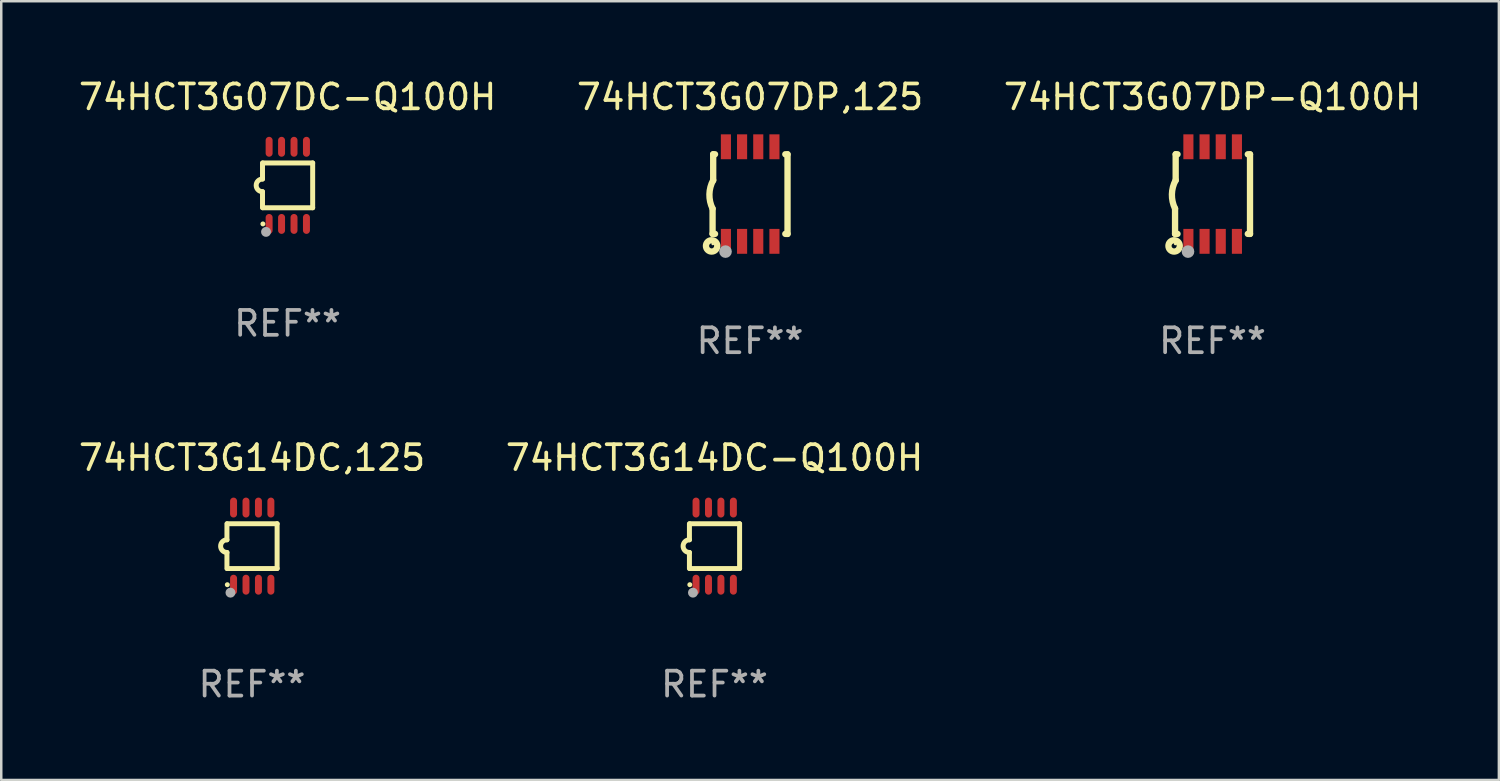
<source format=kicad_pcb>
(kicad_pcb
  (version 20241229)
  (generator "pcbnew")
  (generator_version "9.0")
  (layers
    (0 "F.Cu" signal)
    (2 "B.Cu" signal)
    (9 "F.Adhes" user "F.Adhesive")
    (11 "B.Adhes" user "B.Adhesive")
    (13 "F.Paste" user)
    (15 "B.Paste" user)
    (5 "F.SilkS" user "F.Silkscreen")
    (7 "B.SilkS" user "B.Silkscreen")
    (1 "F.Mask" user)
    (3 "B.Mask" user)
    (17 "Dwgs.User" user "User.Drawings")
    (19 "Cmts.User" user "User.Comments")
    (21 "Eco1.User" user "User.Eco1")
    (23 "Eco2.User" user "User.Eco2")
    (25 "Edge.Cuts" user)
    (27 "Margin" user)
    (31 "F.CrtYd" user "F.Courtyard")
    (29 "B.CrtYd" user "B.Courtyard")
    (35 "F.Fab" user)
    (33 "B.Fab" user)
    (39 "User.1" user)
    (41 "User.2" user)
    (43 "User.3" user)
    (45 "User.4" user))
  (footprint "74HCT3G14DC-Q100H"
    (layer "F.Cu")
    (at 25.661 18.895)
    (property "Reference" "74HCT3G14DC-Q100H" (at 0 -3.55 0) (layer "F.SilkS") (effects (font (size 1 1) (thickness 0.15))))
    (attr through_hole)
    (fp_line (start -1.008 -0.254) (end -1.008 -0.9) (stroke (width 0.2) (type solid)) (layer "F.SilkS"))
    (fp_line (start -1.008 0.254) (end -1.008 0.9) (stroke (width 0.2) (type solid)) (layer "F.SilkS"))
    (fp_line (start -0.992 0.9) (end 1.008 0.9) (stroke (width 0.2) (type solid)) (layer "F.SilkS"))
    (fp_line (start 1.008 -0.9) (end -0.992 -0.9) (stroke (width 0.2) (type solid)) (layer "F.SilkS"))
    (fp_line (start 1.008 0.9) (end 1.008 -0.9) (stroke (width 0.2) (type solid)) (layer "F.SilkS"))
    (fp_arc (start -1.008001 0.254001) (mid -1.262002 0) (end -1.008001 -0.254001) (stroke (width 0.2) (type solid)) (layer "F.SilkS"))
    (fp_circle (center -0.992 1.55) (end -0.942 1.55) (stroke (width 0.1) (type solid)) (fill no) (layer "F.SilkS"))
    (fp_circle (center -0.866 1.87) (end -0.766 1.87) (stroke (width 0.2) (type solid)) (fill no) (layer "F.Fab"))
    (fp_text user "REF**" (at 0 5.55 0) (layer "F.Fab") (effects (font (size 1 1) (thickness 0.15))))
    (pad "1" smd oval (at -0.742 1.55 270) (size 0.8 0.28) (layers "F.Cu" "F.Mask" "F.Paste"))
    (pad "2" smd oval (at -0.242 1.55 270) (size 0.8 0.28) (layers "F.Cu" "F.Mask" "F.Paste"))
    (pad "3" smd oval (at 0.258 1.55 270) (size 0.8 0.28) (layers "F.Cu" "F.Mask" "F.Paste"))
    (pad "4" smd oval (at 0.758 1.55 270) (size 0.8 0.28) (layers "F.Cu" "F.Mask" "F.Paste"))
    (pad "5" smd oval (at 0.758 -1.55 270) (size 0.8 0.28) (layers "F.Cu" "F.Mask" "F.Paste"))
    (pad "6" smd oval (at 0.258 -1.55 270) (size 0.8 0.28) (layers "F.Cu" "F.Mask" "F.Paste"))
    (pad "7" smd oval (at -0.242 -1.55 270) (size 0.8 0.28) (layers "F.Cu" "F.Mask" "F.Paste"))
    (pad "8" smd oval (at -0.742 -1.55 270) (size 0.8 0.28) (layers "F.Cu" "F.Mask" "F.Paste")))
  (footprint "74HCT3G07DC-Q100H"
    (layer "F.Cu")
    (at 8.506 4.398)
    (property "Reference" "74HCT3G07DC-Q100H" (at 0 -3.55 0) (layer "F.SilkS") (effects (font (size 1 1) (thickness 0.15))))
    (attr through_hole)
    (fp_line (start -1.008 -0.254) (end -1.008 -0.9) (stroke (width 0.2) (type solid)) (layer "F.SilkS"))
    (fp_line (start -1.008 0.254) (end -1.008 0.9) (stroke (width 0.2) (type solid)) (layer "F.SilkS"))
    (fp_line (start -0.992 0.9) (end 1.008 0.9) (stroke (width 0.2) (type solid)) (layer "F.SilkS"))
    (fp_line (start 1.008 -0.9) (end -0.992 -0.9) (stroke (width 0.2) (type solid)) (layer "F.SilkS"))
    (fp_line (start 1.008 0.9) (end 1.008 -0.9) (stroke (width 0.2) (type solid)) (layer "F.SilkS"))
    (fp_arc (start -1.008001 0.254001) (mid -1.262002 0) (end -1.008001 -0.254001) (stroke (width 0.2) (type solid)) (layer "F.SilkS"))
    (fp_circle (center -0.992 1.55) (end -0.942 1.55) (stroke (width 0.1) (type solid)) (fill no) (layer "F.SilkS"))
    (fp_circle (center -0.866 1.87) (end -0.766 1.87) (stroke (width 0.2) (type solid)) (fill no) (layer "F.Fab"))
    (fp_text user "REF**" (at 0 5.55 0) (layer "F.Fab") (effects (font (size 1 1) (thickness 0.15))))
    (pad "1" smd oval (at -0.742 1.55 270) (size 0.8 0.28) (layers "F.Cu" "F.Mask" "F.Paste"))
    (pad "2" smd oval (at -0.242 1.55 270) (size 0.8 0.28) (layers "F.Cu" "F.Mask" "F.Paste"))
    (pad "3" smd oval (at 0.258 1.55 270) (size 0.8 0.28) (layers "F.Cu" "F.Mask" "F.Paste"))
    (pad "4" smd oval (at 0.758 1.55 270) (size 0.8 0.28) (layers "F.Cu" "F.Mask" "F.Paste"))
    (pad "5" smd oval (at 0.758 -1.55 270) (size 0.8 0.28) (layers "F.Cu" "F.Mask" "F.Paste"))
    (pad "6" smd oval (at 0.258 -1.55 270) (size 0.8 0.28) (layers "F.Cu" "F.Mask" "F.Paste"))
    (pad "7" smd oval (at -0.242 -1.55 270) (size 0.8 0.28) (layers "F.Cu" "F.Mask" "F.Paste"))
    (pad "8" smd oval (at -0.742 -1.55 270) (size 0.8 0.28) (layers "F.Cu" "F.Mask" "F.Paste")))
  (footprint "74HCT3G07DP,125"
    (layer "F.Cu")
    (at 27.089 4.748)
    (property "Reference" "74HCT3G07DP,125" (at 0 -3.9 0) (layer "F.SilkS") (effects (font (size 1 1) (thickness 0.15))))
    (attr through_hole)
    (fp_line (start -1.506 1.6) (end -1.506 0.584) (stroke (width 0.254) (type solid)) (layer "F.SilkS"))
    (fp_line (start -1.506 1.6) (end -1.407 1.6) (stroke (width 0.254) (type solid)) (layer "F.SilkS"))
    (fp_line (start -1.481 -1.599) (end -1.481 -0.549) (stroke (width 0.254) (type solid)) (layer "F.SilkS"))
    (fp_line (start -1.481 -1.599) (end -1.407 -1.599) (stroke (width 0.254) (type solid)) (layer "F.SilkS"))
    (fp_line (start 1.417 -1.599) (end 1.506 -1.599) (stroke (width 0.254) (type solid)) (layer "F.SilkS"))
    (fp_line (start 1.417 1.6) (end 1.506 1.6) (stroke (width 0.254) (type solid)) (layer "F.SilkS"))
    (fp_line (start 1.506 1.603) (end 1.506 -1.595) (stroke (width 0.254) (type solid)) (layer "F.SilkS"))
    (fp_arc (start -1.506223 0.584328) (mid -1.632455 0.00974) (end -1.480823 -0.558674) (stroke (width 0.254001) (type solid)) (layer "F.SilkS"))
    (fp_circle (center -1.544 2.083) (end -1.443 2.083) (stroke (width 0.254) (type solid)) (fill no) (layer "F.SilkS"))
    (fp_circle (center -1.495 2) (end -1.465 2) (stroke (width 0.06) (type solid)) (fill no) (layer "F.SilkS"))
    (fp_circle (center -0.986 2.312) (end -0.859 2.312) (stroke (width 0.254) (type solid)) (fill no) (layer "F.Fab"))
    (fp_text user "REF**" (at 0 5.9 0) (layer "F.Fab") (effects (font (size 1 1) (thickness 0.15))))
    (pad "1" smd rect (at -0.97 1.9 90) (size 1 0.406) (layers "F.Cu" "F.Mask" "F.Paste"))
    (pad "2" smd rect (at -0.32 1.9 90) (size 1 0.406) (layers "F.Cu" "F.Mask" "F.Paste"))
    (pad "3" smd rect (at 0.33 1.9 90) (size 1 0.406) (layers "F.Cu" "F.Mask" "F.Paste"))
    (pad "4" smd rect (at 0.98 1.9 90) (size 1 0.406) (layers "F.Cu" "F.Mask" "F.Paste"))
    (pad "5" smd rect (at 0.98 -1.9 90) (size 1 0.406) (layers "F.Cu" "F.Mask" "F.Paste"))
    (pad "6" smd rect (at 0.33 -1.9 90) (size 1 0.406) (layers "F.Cu" "F.Mask" "F.Paste"))
    (pad "7" smd rect (at -0.32 -1.9 90) (size 1 0.406) (layers "F.Cu" "F.Mask" "F.Paste"))
    (pad "8" smd rect (at -0.97 -1.9 90) (size 1 0.406) (layers "F.Cu" "F.Mask" "F.Paste")))
  (footprint "74HCT3G14DC,125"
    (layer "F.Cu")
    (at 7.077 18.895)
    (property "Reference" "74HCT3G14DC,125" (at 0 -3.55 0) (layer "F.SilkS") (effects (font (size 1 1) (thickness 0.15))))
    (attr through_hole)
    (fp_line (start -1.008 -0.254) (end -1.008 -0.9) (stroke (width 0.2) (type solid)) (layer "F.SilkS"))
    (fp_line (start -1.008 0.254) (end -1.008 0.9) (stroke (width 0.2) (type solid)) (layer "F.SilkS"))
    (fp_line (start -0.992 0.9) (end 1.008 0.9) (stroke (width 0.2) (type solid)) (layer "F.SilkS"))
    (fp_line (start 1.008 -0.9) (end -0.992 -0.9) (stroke (width 0.2) (type solid)) (layer "F.SilkS"))
    (fp_line (start 1.008 0.9) (end 1.008 -0.9) (stroke (width 0.2) (type solid)) (layer "F.SilkS"))
    (fp_arc (start -1.008001 0.254001) (mid -1.262002 0) (end -1.008001 -0.254001) (stroke (width 0.2) (type solid)) (layer "F.SilkS"))
    (fp_circle (center -0.992 1.55) (end -0.942 1.55) (stroke (width 0.1) (type solid)) (fill no) (layer "F.SilkS"))
    (fp_circle (center -0.866 1.87) (end -0.766 1.87) (stroke (width 0.2) (type solid)) (fill no) (layer "F.Fab"))
    (fp_text user "REF**" (at 0 5.55 0) (layer "F.Fab") (effects (font (size 1 1) (thickness 0.15))))
    (pad "1" smd oval (at -0.742 1.55 270) (size 0.8 0.28) (layers "F.Cu" "F.Mask" "F.Paste"))
    (pad "2" smd oval (at -0.242 1.55 270) (size 0.8 0.28) (layers "F.Cu" "F.Mask" "F.Paste"))
    (pad "3" smd oval (at 0.258 1.55 270) (size 0.8 0.28) (layers "F.Cu" "F.Mask" "F.Paste"))
    (pad "4" smd oval (at 0.758 1.55 270) (size 0.8 0.28) (layers "F.Cu" "F.Mask" "F.Paste"))
    (pad "5" smd oval (at 0.758 -1.55 270) (size 0.8 0.28) (layers "F.Cu" "F.Mask" "F.Paste"))
    (pad "6" smd oval (at 0.258 -1.55 270) (size 0.8 0.28) (layers "F.Cu" "F.Mask" "F.Paste"))
    (pad "7" smd oval (at -0.242 -1.55 270) (size 0.8 0.28) (layers "F.Cu" "F.Mask" "F.Paste"))
    (pad "8" smd oval (at -0.742 -1.55 270) (size 0.8 0.28) (layers "F.Cu" "F.Mask" "F.Paste")))
  (footprint "74HCT3G07DP-Q100H"
    (layer "F.Cu")
    (at 45.673 4.748)
    (property "Reference" "74HCT3G07DP-Q100H" (at 0 -3.9 0) (layer "F.SilkS") (effects (font (size 1 1) (thickness 0.15))))
    (attr through_hole)
    (fp_line (start -1.506 1.6) (end -1.506 0.584) (stroke (width 0.254) (type solid)) (layer "F.SilkS"))
    (fp_line (start -1.506 1.6) (end -1.407 1.6) (stroke (width 0.254) (type solid)) (layer "F.SilkS"))
    (fp_line (start -1.481 -1.599) (end -1.481 -0.549) (stroke (width 0.254) (type solid)) (layer "F.SilkS"))
    (fp_line (start -1.481 -1.599) (end -1.407 -1.599) (stroke (width 0.254) (type solid)) (layer "F.SilkS"))
    (fp_line (start 1.417 -1.599) (end 1.506 -1.599) (stroke (width 0.254) (type solid)) (layer "F.SilkS"))
    (fp_line (start 1.417 1.6) (end 1.506 1.6) (stroke (width 0.254) (type solid)) (layer "F.SilkS"))
    (fp_line (start 1.506 1.603) (end 1.506 -1.595) (stroke (width 0.254) (type solid)) (layer "F.SilkS"))
    (fp_arc (start -1.506223 0.584328) (mid -1.632455 0.00974) (end -1.480823 -0.558674) (stroke (width 0.254001) (type solid)) (layer "F.SilkS"))
    (fp_circle (center -1.544 2.083) (end -1.443 2.083) (stroke (width 0.254) (type solid)) (fill no) (layer "F.SilkS"))
    (fp_circle (center -1.495 2) (end -1.465 2) (stroke (width 0.06) (type solid)) (fill no) (layer "F.SilkS"))
    (fp_circle (center -0.986 2.312) (end -0.859 2.312) (stroke (width 0.254) (type solid)) (fill no) (layer "F.Fab"))
    (fp_text user "REF**" (at 0 5.9 0) (layer "F.Fab") (effects (font (size 1 1) (thickness 0.15))))
    (pad "1" smd rect (at -0.97 1.9 90) (size 1 0.406) (layers "F.Cu" "F.Mask" "F.Paste"))
    (pad "2" smd rect (at -0.32 1.9 90) (size 1 0.406) (layers "F.Cu" "F.Mask" "F.Paste"))
    (pad "3" smd rect (at 0.33 1.9 90) (size 1 0.406) (layers "F.Cu" "F.Mask" "F.Paste"))
    (pad "4" smd rect (at 0.98 1.9 90) (size 1 0.406) (layers "F.Cu" "F.Mask" "F.Paste"))
    (pad "5" smd rect (at 0.98 -1.9 90) (size 1 0.406) (layers "F.Cu" "F.Mask" "F.Paste"))
    (pad "6" smd rect (at 0.33 -1.9 90) (size 1 0.406) (layers "F.Cu" "F.Mask" "F.Paste"))
    (pad "7" smd rect (at -0.32 -1.9 90) (size 1 0.406) (layers "F.Cu" "F.Mask" "F.Paste"))
    (pad "8" smd rect (at -0.97 -1.9 90) (size 1 0.406) (layers "F.Cu" "F.Mask" "F.Paste")))
  (gr_rect
    (start -3 -3)
    (end 57.179 28.293)
    (stroke (width 0.1) (type default))
    (fill no)
    (layer "Edge.Cuts")))
</source>
